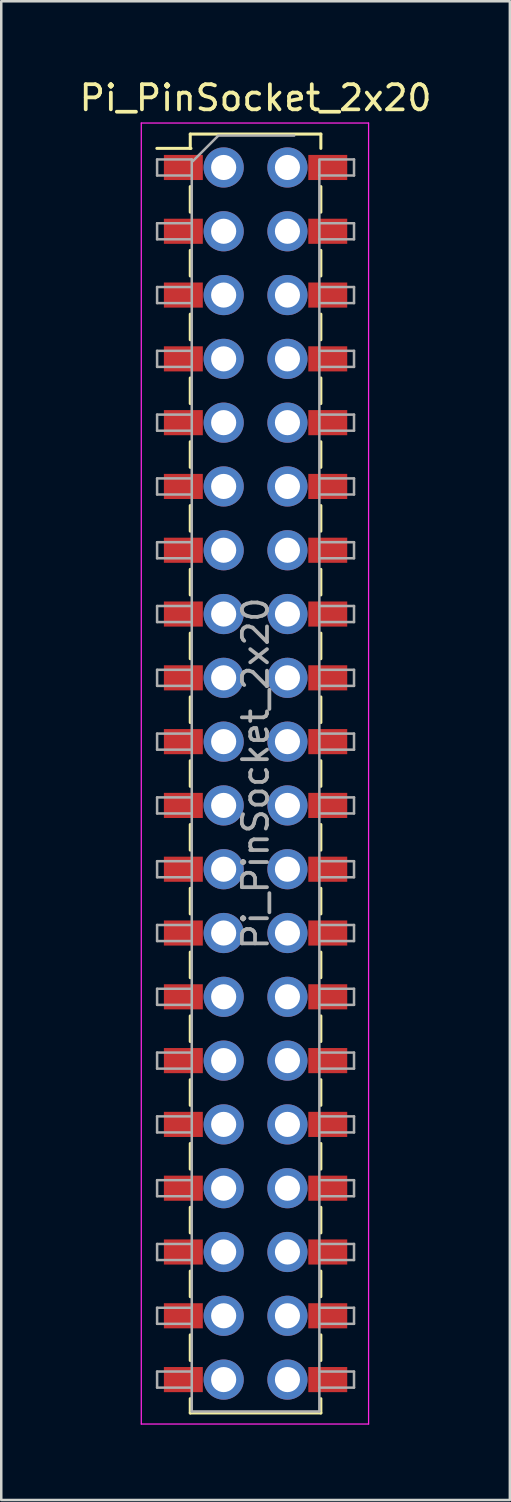
<source format=kicad_pcb>
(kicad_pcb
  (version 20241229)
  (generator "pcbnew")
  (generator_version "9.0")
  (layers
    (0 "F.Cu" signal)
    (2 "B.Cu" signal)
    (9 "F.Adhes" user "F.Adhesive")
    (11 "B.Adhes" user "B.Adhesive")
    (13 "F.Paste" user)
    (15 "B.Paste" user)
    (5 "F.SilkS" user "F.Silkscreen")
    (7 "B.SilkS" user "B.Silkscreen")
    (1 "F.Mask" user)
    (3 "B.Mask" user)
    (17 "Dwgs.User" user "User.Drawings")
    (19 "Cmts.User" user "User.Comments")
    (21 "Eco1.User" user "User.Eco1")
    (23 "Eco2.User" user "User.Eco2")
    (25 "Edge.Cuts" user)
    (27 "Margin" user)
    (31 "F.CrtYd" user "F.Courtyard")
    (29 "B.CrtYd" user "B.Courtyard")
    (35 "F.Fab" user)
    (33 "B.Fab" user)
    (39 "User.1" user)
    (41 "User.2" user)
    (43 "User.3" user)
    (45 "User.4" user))
  (footprint "Pi_PinSocket_2x20"
    (layer "F.Cu")
    (at 7.125 3.618)
    (property "Reference" "Pi_PinSocket_2x20" (at 0 -2.77 0) (layer "F.SilkS") (effects (font (size 1 1) (thickness 0.15))))
    (attr smd)
    (fp_line (start -3.93 -0.76) (end -2.57 -0.76) (stroke (width 0.12) (type solid)) (layer "F.SilkS"))
    (fp_line (start -2.6 -1.33) (end -2.6 -0.76) (stroke (width 0.12) (type solid)) (layer "F.SilkS"))
    (fp_line (start -2.6 -1.33) (end 2.6 -1.33) (stroke (width 0.12) (type solid)) (layer "F.SilkS"))
    (fp_line (start -2.6 0.76) (end -2.6 1.78) (stroke (width 0.12) (type solid)) (layer "F.SilkS"))
    (fp_line (start -2.6 3.3) (end -2.6 4.32) (stroke (width 0.12) (type solid)) (layer "F.SilkS"))
    (fp_line (start -2.6 5.84) (end -2.6 6.86) (stroke (width 0.12) (type solid)) (layer "F.SilkS"))
    (fp_line (start -2.6 8.38) (end -2.6 9.4) (stroke (width 0.12) (type solid)) (layer "F.SilkS"))
    (fp_line (start -2.6 10.92) (end -2.6 11.94) (stroke (width 0.12) (type solid)) (layer "F.SilkS"))
    (fp_line (start -2.6 13.46) (end -2.6 14.48) (stroke (width 0.12) (type solid)) (layer "F.SilkS"))
    (fp_line (start -2.6 16) (end -2.6 17.02) (stroke (width 0.12) (type solid)) (layer "F.SilkS"))
    (fp_line (start -2.6 18.54) (end -2.6 19.56) (stroke (width 0.12) (type solid)) (layer "F.SilkS"))
    (fp_line (start -2.6 21.08) (end -2.6 22.1) (stroke (width 0.12) (type solid)) (layer "F.SilkS"))
    (fp_line (start -2.6 23.62) (end -2.6 24.64) (stroke (width 0.12) (type solid)) (layer "F.SilkS"))
    (fp_line (start -2.6 26.16) (end -2.6 27.18) (stroke (width 0.12) (type solid)) (layer "F.SilkS"))
    (fp_line (start -2.6 28.7) (end -2.6 29.72) (stroke (width 0.12) (type solid)) (layer "F.SilkS"))
    (fp_line (start -2.6 31.24) (end -2.6 32.26) (stroke (width 0.12) (type solid)) (layer "F.SilkS"))
    (fp_line (start -2.6 33.78) (end -2.6 34.8) (stroke (width 0.12) (type solid)) (layer "F.SilkS"))
    (fp_line (start -2.6 36.32) (end -2.6 37.34) (stroke (width 0.12) (type solid)) (layer "F.SilkS"))
    (fp_line (start -2.6 38.86) (end -2.6 39.88) (stroke (width 0.12) (type solid)) (layer "F.SilkS"))
    (fp_line (start -2.6 41.4) (end -2.6 42.42) (stroke (width 0.12) (type solid)) (layer "F.SilkS"))
    (fp_line (start -2.6 43.94) (end -2.6 44.96) (stroke (width 0.12) (type solid)) (layer "F.SilkS"))
    (fp_line (start -2.6 46.48) (end -2.6 47.5) (stroke (width 0.12) (type solid)) (layer "F.SilkS"))
    (fp_line (start -2.6 49.02) (end -2.6 49.59) (stroke (width 0.12) (type solid)) (layer "F.SilkS"))
    (fp_line (start -2.6 49.59) (end 2.6 49.59) (stroke (width 0.12) (type solid)) (layer "F.SilkS"))
    (fp_line (start 2.6 -1.33) (end 2.6 -0.76) (stroke (width 0.12) (type solid)) (layer "F.SilkS"))
    (fp_line (start 2.6 0.76) (end 2.6 1.78) (stroke (width 0.12) (type solid)) (layer "F.SilkS"))
    (fp_line (start 2.6 3.3) (end 2.6 4.32) (stroke (width 0.12) (type solid)) (layer "F.SilkS"))
    (fp_line (start 2.6 5.84) (end 2.6 6.86) (stroke (width 0.12) (type solid)) (layer "F.SilkS"))
    (fp_line (start 2.6 8.38) (end 2.6 9.4) (stroke (width 0.12) (type solid)) (layer "F.SilkS"))
    (fp_line (start 2.6 10.92) (end 2.6 11.94) (stroke (width 0.12) (type solid)) (layer "F.SilkS"))
    (fp_line (start 2.6 13.46) (end 2.6 14.48) (stroke (width 0.12) (type solid)) (layer "F.SilkS"))
    (fp_line (start 2.6 16) (end 2.6 17.02) (stroke (width 0.12) (type solid)) (layer "F.SilkS"))
    (fp_line (start 2.6 18.54) (end 2.6 19.56) (stroke (width 0.12) (type solid)) (layer "F.SilkS"))
    (fp_line (start 2.6 21.08) (end 2.6 22.1) (stroke (width 0.12) (type solid)) (layer "F.SilkS"))
    (fp_line (start 2.6 23.62) (end 2.6 24.64) (stroke (width 0.12) (type solid)) (layer "F.SilkS"))
    (fp_line (start 2.6 26.16) (end 2.6 27.18) (stroke (width 0.12) (type solid)) (layer "F.SilkS"))
    (fp_line (start 2.6 28.7) (end 2.6 29.72) (stroke (width 0.12) (type solid)) (layer "F.SilkS"))
    (fp_line (start 2.6 31.24) (end 2.6 32.26) (stroke (width 0.12) (type solid)) (layer "F.SilkS"))
    (fp_line (start 2.6 33.78) (end 2.6 34.8) (stroke (width 0.12) (type solid)) (layer "F.SilkS"))
    (fp_line (start 2.6 36.32) (end 2.6 37.34) (stroke (width 0.12) (type solid)) (layer "F.SilkS"))
    (fp_line (start 2.6 38.86) (end 2.6 39.88) (stroke (width 0.12) (type solid)) (layer "F.SilkS"))
    (fp_line (start 2.6 41.4) (end 2.6 42.42) (stroke (width 0.12) (type solid)) (layer "F.SilkS"))
    (fp_line (start 2.6 43.94) (end 2.6 44.96) (stroke (width 0.12) (type solid)) (layer "F.SilkS"))
    (fp_line (start 2.6 46.48) (end 2.6 47.5) (stroke (width 0.12) (type solid)) (layer "F.SilkS"))
    (fp_line (start 2.6 49.02) (end 2.6 49.59) (stroke (width 0.12) (type solid)) (layer "F.SilkS"))
    (fp_line (start -4.55 -1.77) (end 4.5 -1.77) (stroke (width 0.05) (type solid)) (layer "F.CrtYd"))
    (fp_line (start -4.55 50.03) (end -4.55 -1.77) (stroke (width 0.05) (type solid)) (layer "F.CrtYd"))
    (fp_line (start 4.5 -1.77) (end 4.5 50.03) (stroke (width 0.05) (type solid)) (layer "F.CrtYd"))
    (fp_line (start 4.5 50.03) (end -4.55 50.03) (stroke (width 0.05) (type solid)) (layer "F.CrtYd"))
    (fp_line (start -3.92 -0.32) (end -2.54 -0.32) (stroke (width 0.1) (type solid)) (layer "F.Fab"))
    (fp_line (start -3.92 0.32) (end -3.92 -0.32) (stroke (width 0.1) (type solid)) (layer "F.Fab"))
    (fp_line (start -3.92 2.22) (end -2.54 2.22) (stroke (width 0.1) (type solid)) (layer "F.Fab"))
    (fp_line (start -3.92 2.86) (end -3.92 2.22) (stroke (width 0.1) (type solid)) (layer "F.Fab"))
    (fp_line (start -3.92 4.76) (end -2.54 4.76) (stroke (width 0.1) (type solid)) (layer "F.Fab"))
    (fp_line (start -3.92 5.4) (end -3.92 4.76) (stroke (width 0.1) (type solid)) (layer "F.Fab"))
    (fp_line (start -3.92 7.3) (end -2.54 7.3) (stroke (width 0.1) (type solid)) (layer "F.Fab"))
    (fp_line (start -3.92 7.94) (end -3.92 7.3) (stroke (width 0.1) (type solid)) (layer "F.Fab"))
    (fp_line (start -3.92 9.84) (end -2.54 9.84) (stroke (width 0.1) (type solid)) (layer "F.Fab"))
    (fp_line (start -3.92 10.48) (end -3.92 9.84) (stroke (width 0.1) (type solid)) (layer "F.Fab"))
    (fp_line (start -3.92 12.38) (end -2.54 12.38) (stroke (width 0.1) (type solid)) (layer "F.Fab"))
    (fp_line (start -3.92 13.02) (end -3.92 12.38) (stroke (width 0.1) (type solid)) (layer "F.Fab"))
    (fp_line (start -3.92 14.92) (end -2.54 14.92) (stroke (width 0.1) (type solid)) (layer "F.Fab"))
    (fp_line (start -3.92 15.56) (end -3.92 14.92) (stroke (width 0.1) (type solid)) (layer "F.Fab"))
    (fp_line (start -3.92 17.46) (end -2.54 17.46) (stroke (width 0.1) (type solid)) (layer "F.Fab"))
    (fp_line (start -3.92 18.1) (end -3.92 17.46) (stroke (width 0.1) (type solid)) (layer "F.Fab"))
    (fp_line (start -3.92 20) (end -2.54 20) (stroke (width 0.1) (type solid)) (layer "F.Fab"))
    (fp_line (start -3.92 20.64) (end -3.92 20) (stroke (width 0.1) (type solid)) (layer "F.Fab"))
    (fp_line (start -3.92 22.54) (end -2.54 22.54) (stroke (width 0.1) (type solid)) (layer "F.Fab"))
    (fp_line (start -3.92 23.18) (end -3.92 22.54) (stroke (width 0.1) (type solid)) (layer "F.Fab"))
    (fp_line (start -3.92 25.08) (end -2.54 25.08) (stroke (width 0.1) (type solid)) (layer "F.Fab"))
    (fp_line (start -3.92 25.72) (end -3.92 25.08) (stroke (width 0.1) (type solid)) (layer "F.Fab"))
    (fp_line (start -3.92 27.62) (end -2.54 27.62) (stroke (width 0.1) (type solid)) (layer "F.Fab"))
    (fp_line (start -3.92 28.26) (end -3.92 27.62) (stroke (width 0.1) (type solid)) (layer "F.Fab"))
    (fp_line (start -3.92 30.16) (end -2.54 30.16) (stroke (width 0.1) (type solid)) (layer "F.Fab"))
    (fp_line (start -3.92 30.8) (end -3.92 30.16) (stroke (width 0.1) (type solid)) (layer "F.Fab"))
    (fp_line (start -3.92 32.7) (end -2.54 32.7) (stroke (width 0.1) (type solid)) (layer "F.Fab"))
    (fp_line (start -3.92 33.34) (end -3.92 32.7) (stroke (width 0.1) (type solid)) (layer "F.Fab"))
    (fp_line (start -3.92 35.24) (end -2.54 35.24) (stroke (width 0.1) (type solid)) (layer "F.Fab"))
    (fp_line (start -3.92 35.88) (end -3.92 35.24) (stroke (width 0.1) (type solid)) (layer "F.Fab"))
    (fp_line (start -3.92 37.78) (end -2.54 37.78) (stroke (width 0.1) (type solid)) (layer "F.Fab"))
    (fp_line (start -3.92 38.42) (end -3.92 37.78) (stroke (width 0.1) (type solid)) (layer "F.Fab"))
    (fp_line (start -3.92 40.32) (end -2.54 40.32) (stroke (width 0.1) (type solid)) (layer "F.Fab"))
    (fp_line (start -3.92 40.96) (end -3.92 40.32) (stroke (width 0.1) (type solid)) (layer "F.Fab"))
    (fp_line (start -3.92 42.86) (end -2.54 42.86) (stroke (width 0.1) (type solid)) (layer "F.Fab"))
    (fp_line (start -3.92 43.5) (end -3.92 42.86) (stroke (width 0.1) (type solid)) (layer "F.Fab"))
    (fp_line (start -3.92 45.4) (end -2.54 45.4) (stroke (width 0.1) (type solid)) (layer "F.Fab"))
    (fp_line (start -3.92 46.04) (end -3.92 45.4) (stroke (width 0.1) (type solid)) (layer "F.Fab"))
    (fp_line (start -3.92 47.94) (end -2.54 47.94) (stroke (width 0.1) (type solid)) (layer "F.Fab"))
    (fp_line (start -3.92 48.58) (end -3.92 47.94) (stroke (width 0.1) (type solid)) (layer "F.Fab"))
    (fp_line (start -2.54 0.32) (end -3.92 0.32) (stroke (width 0.1) (type solid)) (layer "F.Fab"))
    (fp_line (start -2.54 2.86) (end -3.92 2.86) (stroke (width 0.1) (type solid)) (layer "F.Fab"))
    (fp_line (start -2.54 5.4) (end -3.92 5.4) (stroke (width 0.1) (type solid)) (layer "F.Fab"))
    (fp_line (start -2.54 7.94) (end -3.92 7.94) (stroke (width 0.1) (type solid)) (layer "F.Fab"))
    (fp_line (start -2.54 10.48) (end -3.92 10.48) (stroke (width 0.1) (type solid)) (layer "F.Fab"))
    (fp_line (start -2.54 13.02) (end -3.92 13.02) (stroke (width 0.1) (type solid)) (layer "F.Fab"))
    (fp_line (start -2.54 15.56) (end -3.92 15.56) (stroke (width 0.1) (type solid)) (layer "F.Fab"))
    (fp_line (start -2.54 18.1) (end -3.92 18.1) (stroke (width 0.1) (type solid)) (layer "F.Fab"))
    (fp_line (start -2.54 20.64) (end -3.92 20.64) (stroke (width 0.1) (type solid)) (layer "F.Fab"))
    (fp_line (start -2.54 23.18) (end -3.92 23.18) (stroke (width 0.1) (type solid)) (layer "F.Fab"))
    (fp_line (start -2.54 25.72) (end -3.92 25.72) (stroke (width 0.1) (type solid)) (layer "F.Fab"))
    (fp_line (start -2.54 28.26) (end -3.92 28.26) (stroke (width 0.1) (type solid)) (layer "F.Fab"))
    (fp_line (start -2.54 30.8) (end -3.92 30.8) (stroke (width 0.1) (type solid)) (layer "F.Fab"))
    (fp_line (start -2.54 33.34) (end -3.92 33.34) (stroke (width 0.1) (type solid)) (layer "F.Fab"))
    (fp_line (start -2.54 35.88) (end -3.92 35.88) (stroke (width 0.1) (type solid)) (layer "F.Fab"))
    (fp_line (start -2.54 38.42) (end -3.92 38.42) (stroke (width 0.1) (type solid)) (layer "F.Fab"))
    (fp_line (start -2.54 40.96) (end -3.92 40.96) (stroke (width 0.1) (type solid)) (layer "F.Fab"))
    (fp_line (start -2.54 43.5) (end -3.92 43.5) (stroke (width 0.1) (type solid)) (layer "F.Fab"))
    (fp_line (start -2.54 46.04) (end -3.92 46.04) (stroke (width 0.1) (type solid)) (layer "F.Fab"))
    (fp_line (start -2.54 48.58) (end -3.92 48.58) (stroke (width 0.1) (type solid)) (layer "F.Fab"))
    (fp_line (start -2.54 49.53) (end -2.54 -0.32) (stroke (width 0.1) (type solid)) (layer "F.Fab"))
    (fp_line (start -2.5 -0.25) (end -1.5 -1.25) (stroke (width 0.1) (type solid)) (layer "F.Fab"))
    (fp_line (start -1.5 -1.27) (end 1.54 -1.27) (stroke (width 0.1) (type solid)) (layer "F.Fab"))
    (fp_line (start 2.54 -0.32) (end 3.92 -0.32) (stroke (width 0.1) (type solid)) (layer "F.Fab"))
    (fp_line (start 2.54 -0.27) (end 2.54 49.53) (stroke (width 0.1) (type solid)) (layer "F.Fab"))
    (fp_line (start 2.54 2.22) (end 3.92 2.22) (stroke (width 0.1) (type solid)) (layer "F.Fab"))
    (fp_line (start 2.54 4.76) (end 3.92 4.76) (stroke (width 0.1) (type solid)) (layer "F.Fab"))
    (fp_line (start 2.54 7.3) (end 3.92 7.3) (stroke (width 0.1) (type solid)) (layer "F.Fab"))
    (fp_line (start 2.54 9.84) (end 3.92 9.84) (stroke (width 0.1) (type solid)) (layer "F.Fab"))
    (fp_line (start 2.54 12.38) (end 3.92 12.38) (stroke (width 0.1) (type solid)) (layer "F.Fab"))
    (fp_line (start 2.54 14.92) (end 3.92 14.92) (stroke (width 0.1) (type solid)) (layer "F.Fab"))
    (fp_line (start 2.54 17.46) (end 3.92 17.46) (stroke (width 0.1) (type solid)) (layer "F.Fab"))
    (fp_line (start 2.54 20) (end 3.92 20) (stroke (width 0.1) (type solid)) (layer "F.Fab"))
    (fp_line (start 2.54 22.54) (end 3.92 22.54) (stroke (width 0.1) (type solid)) (layer "F.Fab"))
    (fp_line (start 2.54 25.08) (end 3.92 25.08) (stroke (width 0.1) (type solid)) (layer "F.Fab"))
    (fp_line (start 2.54 27.62) (end 3.92 27.62) (stroke (width 0.1) (type solid)) (layer "F.Fab"))
    (fp_line (start 2.54 30.16) (end 3.92 30.16) (stroke (width 0.1) (type solid)) (layer "F.Fab"))
    (fp_line (start 2.54 32.7) (end 3.92 32.7) (stroke (width 0.1) (type solid)) (layer "F.Fab"))
    (fp_line (start 2.54 35.24) (end 3.92 35.24) (stroke (width 0.1) (type solid)) (layer "F.Fab"))
    (fp_line (start 2.54 37.78) (end 3.92 37.78) (stroke (width 0.1) (type solid)) (layer "F.Fab"))
    (fp_line (start 2.54 40.32) (end 3.92 40.32) (stroke (width 0.1) (type solid)) (layer "F.Fab"))
    (fp_line (start 2.54 42.86) (end 3.92 42.86) (stroke (width 0.1) (type solid)) (layer "F.Fab"))
    (fp_line (start 2.54 45.4) (end 3.92 45.4) (stroke (width 0.1) (type solid)) (layer "F.Fab"))
    (fp_line (start 2.54 47.94) (end 3.92 47.94) (stroke (width 0.1) (type solid)) (layer "F.Fab"))
    (fp_line (start 2.54 49.53) (end -2.54 49.53) (stroke (width 0.1) (type solid)) (layer "F.Fab"))
    (fp_line (start 3.92 -0.32) (end 3.92 0.32) (stroke (width 0.1) (type solid)) (layer "F.Fab"))
    (fp_line (start 3.92 0.32) (end 2.54 0.32) (stroke (width 0.1) (type solid)) (layer "F.Fab"))
    (fp_line (start 3.92 2.22) (end 3.92 2.86) (stroke (width 0.1) (type solid)) (layer "F.Fab"))
    (fp_line (start 3.92 2.86) (end 2.54 2.86) (stroke (width 0.1) (type solid)) (layer "F.Fab"))
    (fp_line (start 3.92 4.76) (end 3.92 5.4) (stroke (width 0.1) (type solid)) (layer "F.Fab"))
    (fp_line (start 3.92 5.4) (end 2.54 5.4) (stroke (width 0.1) (type solid)) (layer "F.Fab"))
    (fp_line (start 3.92 7.3) (end 3.92 7.94) (stroke (width 0.1) (type solid)) (layer "F.Fab"))
    (fp_line (start 3.92 7.94) (end 2.54 7.94) (stroke (width 0.1) (type solid)) (layer "F.Fab"))
    (fp_line (start 3.92 9.84) (end 3.92 10.48) (stroke (width 0.1) (type solid)) (layer "F.Fab"))
    (fp_line (start 3.92 10.48) (end 2.54 10.48) (stroke (width 0.1) (type solid)) (layer "F.Fab"))
    (fp_line (start 3.92 12.38) (end 3.92 13.02) (stroke (width 0.1) (type solid)) (layer "F.Fab"))
    (fp_line (start 3.92 13.02) (end 2.54 13.02) (stroke (width 0.1) (type solid)) (layer "F.Fab"))
    (fp_line (start 3.92 14.92) (end 3.92 15.56) (stroke (width 0.1) (type solid)) (layer "F.Fab"))
    (fp_line (start 3.92 15.56) (end 2.54 15.56) (stroke (width 0.1) (type solid)) (layer "F.Fab"))
    (fp_line (start 3.92 17.46) (end 3.92 18.1) (stroke (width 0.1) (type solid)) (layer "F.Fab"))
    (fp_line (start 3.92 18.1) (end 2.54 18.1) (stroke (width 0.1) (type solid)) (layer "F.Fab"))
    (fp_line (start 3.92 20) (end 3.92 20.64) (stroke (width 0.1) (type solid)) (layer "F.Fab"))
    (fp_line (start 3.92 20.64) (end 2.54 20.64) (stroke (width 0.1) (type solid)) (layer "F.Fab"))
    (fp_line (start 3.92 22.54) (end 3.92 23.18) (stroke (width 0.1) (type solid)) (layer "F.Fab"))
    (fp_line (start 3.92 23.18) (end 2.54 23.18) (stroke (width 0.1) (type solid)) (layer "F.Fab"))
    (fp_line (start 3.92 25.08) (end 3.92 25.72) (stroke (width 0.1) (type solid)) (layer "F.Fab"))
    (fp_line (start 3.92 25.72) (end 2.54 25.72) (stroke (width 0.1) (type solid)) (layer "F.Fab"))
    (fp_line (start 3.92 27.62) (end 3.92 28.26) (stroke (width 0.1) (type solid)) (layer "F.Fab"))
    (fp_line (start 3.92 28.26) (end 2.54 28.26) (stroke (width 0.1) (type solid)) (layer "F.Fab"))
    (fp_line (start 3.92 30.16) (end 3.92 30.8) (stroke (width 0.1) (type solid)) (layer "F.Fab"))
    (fp_line (start 3.92 30.8) (end 2.54 30.8) (stroke (width 0.1) (type solid)) (layer "F.Fab"))
    (fp_line (start 3.92 32.7) (end 3.92 33.34) (stroke (width 0.1) (type solid)) (layer "F.Fab"))
    (fp_line (start 3.92 33.34) (end 2.54 33.34) (stroke (width 0.1) (type solid)) (layer "F.Fab"))
    (fp_line (start 3.92 35.24) (end 3.92 35.88) (stroke (width 0.1) (type solid)) (layer "F.Fab"))
    (fp_line (start 3.92 35.88) (end 2.54 35.88) (stroke (width 0.1) (type solid)) (layer "F.Fab"))
    (fp_line (start 3.92 37.78) (end 3.92 38.42) (stroke (width 0.1) (type solid)) (layer "F.Fab"))
    (fp_line (start 3.92 38.42) (end 2.54 38.42) (stroke (width 0.1) (type solid)) (layer "F.Fab"))
    (fp_line (start 3.92 40.32) (end 3.92 40.96) (stroke (width 0.1) (type solid)) (layer "F.Fab"))
    (fp_line (start 3.92 40.96) (end 2.54 40.96) (stroke (width 0.1) (type solid)) (layer "F.Fab"))
    (fp_line (start 3.92 42.86) (end 3.92 43.5) (stroke (width 0.1) (type solid)) (layer "F.Fab"))
    (fp_line (start 3.92 43.5) (end 2.54 43.5) (stroke (width 0.1) (type solid)) (layer "F.Fab"))
    (fp_line (start 3.92 45.4) (end 3.92 46.04) (stroke (width 0.1) (type solid)) (layer "F.Fab"))
    (fp_line (start 3.92 46.04) (end 2.54 46.04) (stroke (width 0.1) (type solid)) (layer "F.Fab"))
    (fp_line (start 3.92 47.94) (end 3.92 48.58) (stroke (width 0.1) (type solid)) (layer "F.Fab"))
    (fp_line (start 3.92 48.58) (end 2.54 48.58) (stroke (width 0.1) (type solid)) (layer "F.Fab"))
    (fp_text user "${REFERENCE}" (at 0 24.13 90) (layer "F.Fab") (effects (font (size 1 1) (thickness 0.15))))
    (pad "" thru_hole circle (at -1.27 0) (size 1.6 1.6) (drill 1) (layers "*.Cu" "*.Mask"))
    (pad "" thru_hole circle (at -1.27 2.54) (size 1.6 1.6) (drill 1) (layers "*.Cu" "*.Mask"))
    (pad "" thru_hole circle (at -1.27 5.08) (size 1.6 1.6) (drill 1) (layers "*.Cu" "*.Mask"))
    (pad "" thru_hole circle (at -1.27 7.62) (size 1.6 1.6) (drill 1) (layers "*.Cu" "*.Mask"))
    (pad "" thru_hole circle (at -1.27 10.16) (size 1.6 1.6) (drill 1) (layers "*.Cu" "*.Mask"))
    (pad "" thru_hole circle (at -1.27 12.7) (size 1.6 1.6) (drill 1) (layers "*.Cu" "*.Mask"))
    (pad "" thru_hole circle (at -1.27 15.24) (size 1.6 1.6) (drill 1) (layers "*.Cu" "*.Mask"))
    (pad "" thru_hole circle (at -1.27 17.78) (size 1.6 1.6) (drill 1) (layers "*.Cu" "*.Mask"))
    (pad "" thru_hole circle (at -1.27 20.32) (size 1.6 1.6) (drill 1) (layers "*.Cu" "*.Mask"))
    (pad "" thru_hole circle (at -1.27 22.86) (size 1.6 1.6) (drill 1) (layers "*.Cu" "*.Mask"))
    (pad "" thru_hole circle (at -1.27 25.4) (size 1.6 1.6) (drill 1) (layers "*.Cu" "*.Mask"))
    (pad "" thru_hole circle (at -1.27 27.94) (size 1.6 1.6) (drill 1) (layers "*.Cu" "*.Mask"))
    (pad "" thru_hole circle (at -1.27 30.48) (size 1.6 1.6) (drill 1) (layers "*.Cu" "*.Mask"))
    (pad "" thru_hole circle (at -1.27 33.02) (size 1.6 1.6) (drill 1) (layers "*.Cu" "*.Mask"))
    (pad "" thru_hole circle (at -1.27 35.56) (size 1.6 1.6) (drill 1) (layers "*.Cu" "*.Mask"))
    (pad "" thru_hole circle (at -1.27 38.1) (size 1.6 1.6) (drill 1) (layers "*.Cu" "*.Mask"))
    (pad "" thru_hole circle (at -1.27 40.64) (size 1.6 1.6) (drill 1) (layers "*.Cu" "*.Mask"))
    (pad "" thru_hole circle (at -1.27 43.18) (size 1.6 1.6) (drill 1) (layers "*.Cu" "*.Mask"))
    (pad "" thru_hole circle (at -1.27 45.72) (size 1.6 1.6) (drill 1) (layers "*.Cu" "*.Mask"))
    (pad "" thru_hole circle (at -1.27 48.26) (size 1.6 1.6) (drill 1) (layers "*.Cu" "*.Mask"))
    (pad "" thru_hole circle (at 1.27 0) (size 1.6 1.6) (drill 1) (layers "*.Cu" "*.Mask"))
    (pad "" thru_hole circle (at 1.27 2.54) (size 1.6 1.6) (drill 1) (layers "*.Cu" "*.Mask"))
    (pad "" thru_hole circle (at 1.27 5.08) (size 1.6 1.6) (drill 1) (layers "*.Cu" "*.Mask"))
    (pad "" thru_hole circle (at 1.27 7.62) (size 1.6 1.6) (drill 1) (layers "*.Cu" "*.Mask"))
    (pad "" thru_hole circle (at 1.27 10.16) (size 1.6 1.6) (drill 1) (layers "*.Cu" "*.Mask"))
    (pad "" thru_hole circle (at 1.27 12.7) (size 1.6 1.6) (drill 1) (layers "*.Cu" "*.Mask"))
    (pad "" thru_hole circle (at 1.27 15.24) (size 1.6 1.6) (drill 1) (layers "*.Cu" "*.Mask"))
    (pad "" thru_hole circle (at 1.27 17.78) (size 1.6 1.6) (drill 1) (layers "*.Cu" "*.Mask"))
    (pad "" thru_hole circle (at 1.27 20.32) (size 1.6 1.6) (drill 1) (layers "*.Cu" "*.Mask"))
    (pad "" thru_hole circle (at 1.27 22.86) (size 1.6 1.6) (drill 1) (layers "*.Cu" "*.Mask"))
    (pad "" thru_hole circle (at 1.27 25.4) (size 1.6 1.6) (drill 1) (layers "*.Cu" "*.Mask"))
    (pad "" thru_hole circle (at 1.27 27.94) (size 1.6 1.6) (drill 1) (layers "*.Cu" "*.Mask"))
    (pad "" thru_hole circle (at 1.27 30.48) (size 1.6 1.6) (drill 1) (layers "*.Cu" "*.Mask"))
    (pad "" thru_hole circle (at 1.27 33.02) (size 1.6 1.6) (drill 1) (layers "*.Cu" "*.Mask"))
    (pad "" thru_hole circle (at 1.27 35.56) (size 1.6 1.6) (drill 1) (layers "*.Cu" "*.Mask"))
    (pad "" thru_hole circle (at 1.27 38.1) (size 1.6 1.6) (drill 1) (layers "*.Cu" "*.Mask"))
    (pad "" thru_hole circle (at 1.27 40.64) (size 1.6 1.6) (drill 1) (layers "*.Cu" "*.Mask"))
    (pad "" thru_hole circle (at 1.27 43.18) (size 1.6 1.6) (drill 1) (layers "*.Cu" "*.Mask"))
    (pad "" thru_hole circle (at 1.27 45.72) (size 1.6 1.6) (drill 1) (layers "*.Cu" "*.Mask"))
    (pad "" thru_hole circle (at 1.27 48.26) (size 1.6 1.6) (drill 1) (layers "*.Cu" "*.Mask"))
    (pad "1" smd rect (at -2.875 0) (size 1.55 1) (layers "F.Cu" "F.Mask" "F.Paste"))
    (pad "2" smd rect (at 2.875 0) (size 1.55 1) (layers "F.Cu" "F.Mask" "F.Paste"))
    (pad "3" smd rect (at -2.875 2.54) (size 1.55 1) (layers "F.Cu" "F.Mask" "F.Paste"))
    (pad "4" smd rect (at 2.875 2.54) (size 1.55 1) (layers "F.Cu" "F.Mask" "F.Paste"))
    (pad "5" smd rect (at -2.875 5.08) (size 1.55 1) (layers "F.Cu" "F.Mask" "F.Paste"))
    (pad "6" smd rect (at 2.875 5.08) (size 1.55 1) (layers "F.Cu" "F.Mask" "F.Paste"))
    (pad "7" smd rect (at -2.875 7.62) (size 1.55 1) (layers "F.Cu" "F.Mask" "F.Paste"))
    (pad "8" smd rect (at 2.875 7.62) (size 1.55 1) (layers "F.Cu" "F.Mask" "F.Paste"))
    (pad "9" smd rect (at -2.875 10.16) (size 1.55 1) (layers "F.Cu" "F.Mask" "F.Paste"))
    (pad "10" smd rect (at 2.875 10.16) (size 1.55 1) (layers "F.Cu" "F.Mask" "F.Paste"))
    (pad "11" smd rect (at -2.875 12.7) (size 1.55 1) (layers "F.Cu" "F.Mask" "F.Paste"))
    (pad "12" smd rect (at 2.875 12.7) (size 1.55 1) (layers "F.Cu" "F.Mask" "F.Paste"))
    (pad "13" smd rect (at -2.875 15.24) (size 1.55 1) (layers "F.Cu" "F.Mask" "F.Paste"))
    (pad "14" smd rect (at 2.875 15.24) (size 1.55 1) (layers "F.Cu" "F.Mask" "F.Paste"))
    (pad "15" smd rect (at -2.875 17.78) (size 1.55 1) (layers "F.Cu" "F.Mask" "F.Paste"))
    (pad "16" smd rect (at 2.875 17.78) (size 1.55 1) (layers "F.Cu" "F.Mask" "F.Paste"))
    (pad "17" smd rect (at -2.875 20.32) (size 1.55 1) (layers "F.Cu" "F.Mask" "F.Paste"))
    (pad "18" smd rect (at 2.875 20.32) (size 1.55 1) (layers "F.Cu" "F.Mask" "F.Paste"))
    (pad "19" smd rect (at -2.875 22.86) (size 1.55 1) (layers "F.Cu" "F.Mask" "F.Paste"))
    (pad "20" smd rect (at 2.875 22.86) (size 1.55 1) (layers "F.Cu" "F.Mask" "F.Paste"))
    (pad "21" smd rect (at -2.875 25.4) (size 1.55 1) (layers "F.Cu" "F.Mask" "F.Paste"))
    (pad "22" smd rect (at 2.875 25.4) (size 1.55 1) (layers "F.Cu" "F.Mask" "F.Paste"))
    (pad "23" smd rect (at -2.875 27.94) (size 1.55 1) (layers "F.Cu" "F.Mask" "F.Paste"))
    (pad "24" smd rect (at 2.875 27.94) (size 1.55 1) (layers "F.Cu" "F.Mask" "F.Paste"))
    (pad "25" smd rect (at -2.875 30.48) (size 1.55 1) (layers "F.Cu" "F.Mask" "F.Paste"))
    (pad "26" smd rect (at 2.875 30.48) (size 1.55 1) (layers "F.Cu" "F.Mask" "F.Paste"))
    (pad "27" smd rect (at -2.875 33.02) (size 1.55 1) (layers "F.Cu" "F.Mask" "F.Paste"))
    (pad "28" smd rect (at 2.875 33.02) (size 1.55 1) (layers "F.Cu" "F.Mask" "F.Paste"))
    (pad "29" smd rect (at -2.875 35.56) (size 1.55 1) (layers "F.Cu" "F.Mask" "F.Paste"))
    (pad "30" smd rect (at 2.875 35.56) (size 1.55 1) (layers "F.Cu" "F.Mask" "F.Paste"))
    (pad "31" smd rect (at -2.875 38.1) (size 1.55 1) (layers "F.Cu" "F.Mask" "F.Paste"))
    (pad "32" smd rect (at 2.875 38.1) (size 1.55 1) (layers "F.Cu" "F.Mask" "F.Paste"))
    (pad "33" smd rect (at -2.875 40.64) (size 1.55 1) (layers "F.Cu" "F.Mask" "F.Paste"))
    (pad "34" smd rect (at 2.875 40.64) (size 1.55 1) (layers "F.Cu" "F.Mask" "F.Paste"))
    (pad "35" smd rect (at -2.875 43.18) (size 1.55 1) (layers "F.Cu" "F.Mask" "F.Paste"))
    (pad "36" smd rect (at 2.875 43.18) (size 1.55 1) (layers "F.Cu" "F.Mask" "F.Paste"))
    (pad "37" smd rect (at -2.875 45.72) (size 1.55 1) (layers "F.Cu" "F.Mask" "F.Paste"))
    (pad "38" smd rect (at 2.875 45.72) (size 1.55 1) (layers "F.Cu" "F.Mask" "F.Paste"))
    (pad "39" smd rect (at -2.875 48.26) (size 1.55 1) (layers "F.Cu" "F.Mask" "F.Paste"))
    (pad "40" smd rect (at 2.875 48.26) (size 1.55 1) (layers "F.Cu" "F.Mask" "F.Paste")))
  (gr_rect
    (start -3 -3)
    (end 17.25 56.673)
    (stroke (width 0.1) (type default))
    (fill no)
    (layer "Edge.Cuts")))
</source>
